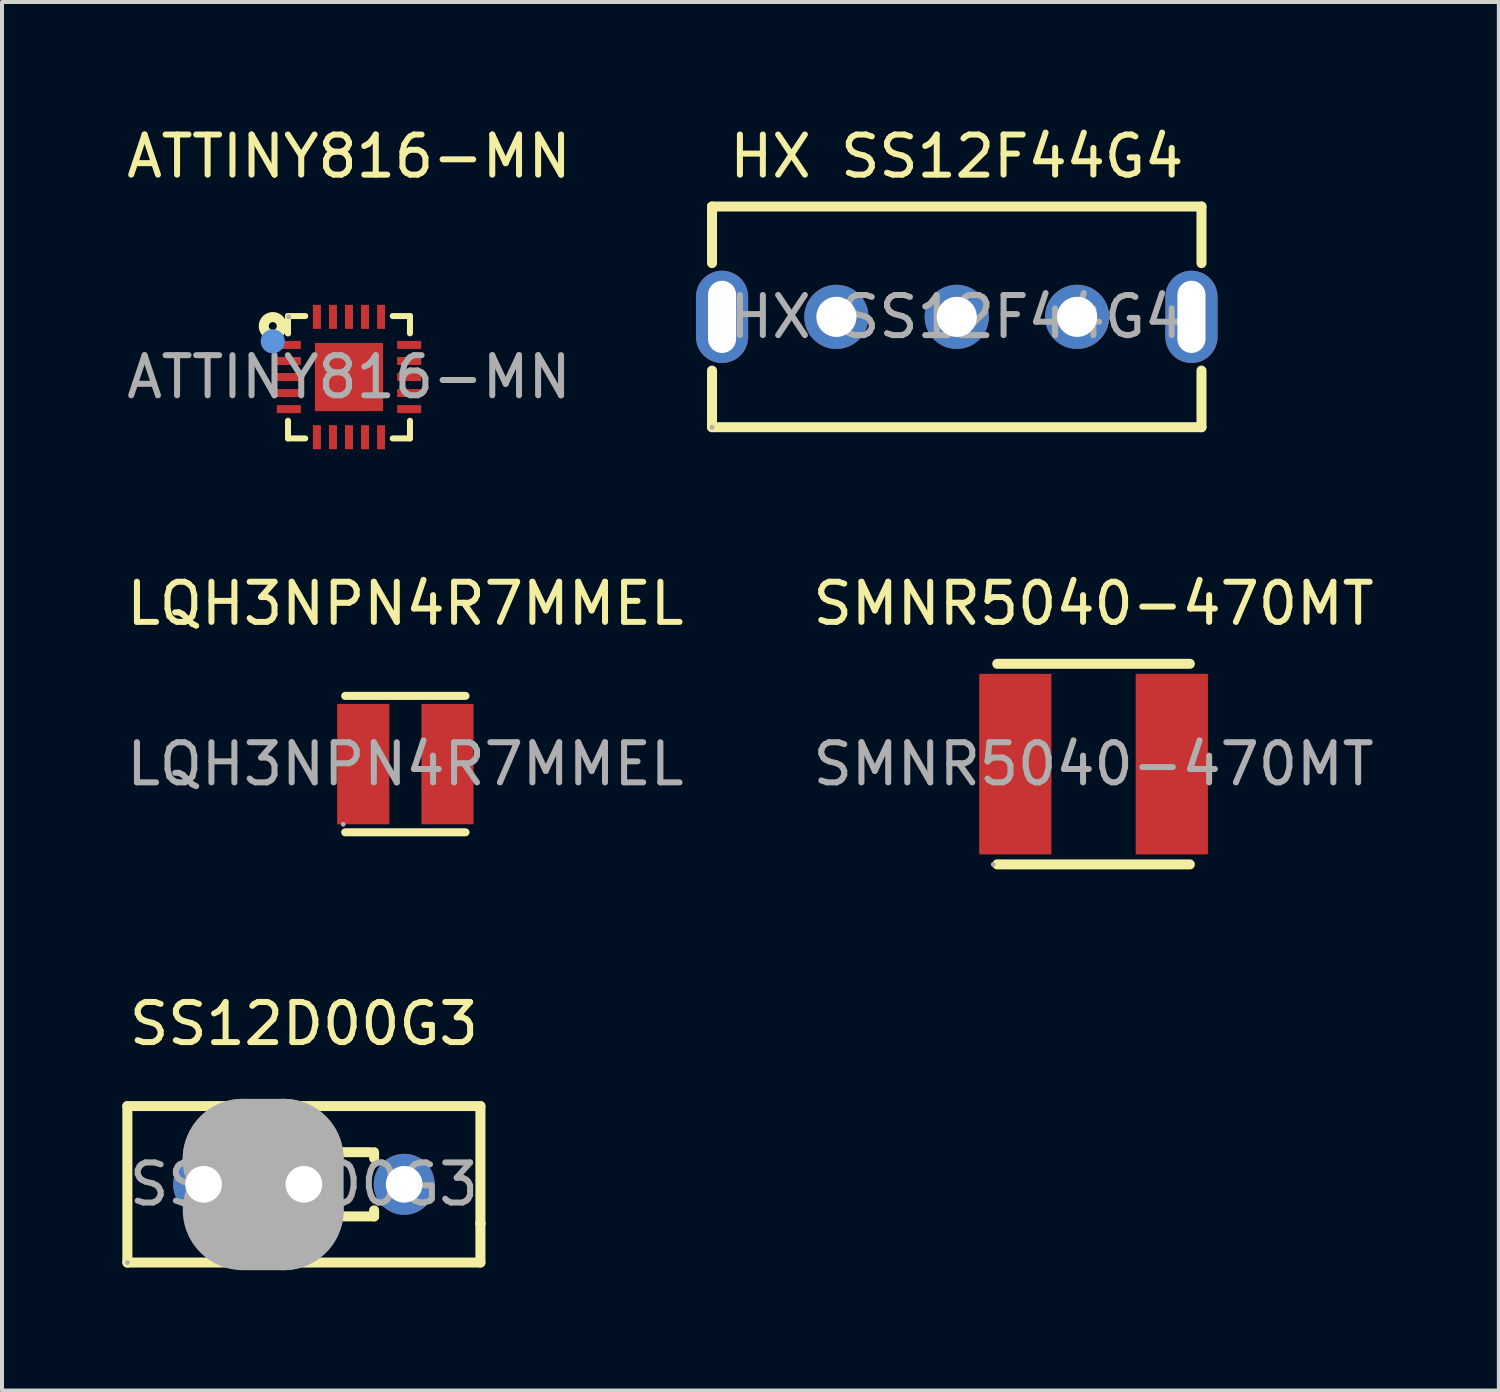
<source format=kicad_pcb>
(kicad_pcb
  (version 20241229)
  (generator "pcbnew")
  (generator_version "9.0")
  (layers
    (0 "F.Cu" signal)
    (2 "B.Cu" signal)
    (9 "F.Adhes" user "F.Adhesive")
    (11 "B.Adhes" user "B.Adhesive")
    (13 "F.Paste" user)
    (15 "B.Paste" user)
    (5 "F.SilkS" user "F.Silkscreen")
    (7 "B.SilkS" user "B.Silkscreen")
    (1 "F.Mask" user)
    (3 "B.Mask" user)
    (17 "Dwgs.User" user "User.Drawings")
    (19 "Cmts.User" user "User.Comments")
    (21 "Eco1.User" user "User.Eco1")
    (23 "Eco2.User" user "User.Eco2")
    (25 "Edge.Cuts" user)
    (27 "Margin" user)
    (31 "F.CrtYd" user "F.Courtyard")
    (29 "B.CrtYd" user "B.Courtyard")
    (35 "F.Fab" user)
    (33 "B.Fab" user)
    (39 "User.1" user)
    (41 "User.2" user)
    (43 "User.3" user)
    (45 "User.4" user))
  (footprint "ATTINY816-MN"
    (layer "F.Cu")
    (at 5.649 6.348)
    (property "Reference" "ATTINY816-MN" (at 0 -5.5 0) (layer "F.SilkS") (effects (font (size 1 1) (thickness 0.15))))
    (attr smd)
    (fp_line (start -1.52 -1.52) (end -1.09 -1.52) (stroke (width 0.15) (type solid)) (layer "F.SilkS"))
    (fp_line (start -1.52 -1.09) (end -1.52 -1.52) (stroke (width 0.15) (type solid)) (layer "F.SilkS"))
    (fp_line (start -1.52 -1.09) (end -1.52 -1.14) (stroke (width 0.15) (type solid)) (layer "F.SilkS"))
    (fp_line (start -1.52 1.53) (end -1.52 1.09) (stroke (width 0.15) (type solid)) (layer "F.SilkS"))
    (fp_line (start -1.09 1.53) (end -1.52 1.53) (stroke (width 0.15) (type solid)) (layer "F.SilkS"))
    (fp_line (start 1.09 -1.52) (end 1.52 -1.52) (stroke (width 0.15) (type solid)) (layer "F.SilkS"))
    (fp_line (start 1.52 -1.52) (end 1.52 -1.09) (stroke (width 0.15) (type solid)) (layer "F.SilkS"))
    (fp_line (start 1.52 1.09) (end 1.52 1.53) (stroke (width 0.15) (type solid)) (layer "F.SilkS"))
    (fp_line (start 1.52 1.53) (end 1.09 1.53) (stroke (width 0.15) (type solid)) (layer "F.SilkS"))
    (fp_circle (center -1.9 -1.27) (end -1.8 -1.27) (stroke (width 0.25) (type solid)) (fill no) (layer "F.SilkS"))
    (fp_circle (center -1.9 -0.89) (end -1.75 -0.89) (stroke (width 0.3) (type solid)) (fill no) (layer "Cmts.User"))
    (fp_circle (center -1.5 -1.5) (end -1.47 -1.5) (stroke (width 0.06) (type solid)) (fill no) (layer "F.Fab"))
    (fp_text user "${REFERENCE}" (at 0 0 0) (layer "F.Fab") (effects (font (size 1 1) (thickness 0.15))))
    (pad "1" smd rect (at -1.5 -0.8) (size 0.6 0.2) (layers "F.Cu" "F.Mask" "F.Paste"))
    (pad "2" smd rect (at -1.5 -0.4) (size 0.6 0.2) (layers "F.Cu" "F.Mask" "F.Paste"))
    (pad "3" smd rect (at -1.5 0) (size 0.6 0.2) (layers "F.Cu" "F.Mask" "F.Paste"))
    (pad "4" smd rect (at -1.5 0.4) (size 0.6 0.2) (layers "F.Cu" "F.Mask" "F.Paste"))
    (pad "5" smd rect (at -1.5 0.8) (size 0.6 0.2) (layers "F.Cu" "F.Mask" "F.Paste"))
    (pad "6" smd rect (at -0.8 1.5) (size 0.2 0.6) (layers "F.Cu" "F.Mask" "F.Paste"))
    (pad "7" smd rect (at -0.4 1.5) (size 0.2 0.6) (layers "F.Cu" "F.Mask" "F.Paste"))
    (pad "8" smd rect (at 0 1.5) (size 0.2 0.6) (layers "F.Cu" "F.Mask" "F.Paste"))
    (pad "9" smd rect (at 0.4 1.5) (size 0.2 0.6) (layers "F.Cu" "F.Mask" "F.Paste"))
    (pad "10" smd rect (at 0.8 1.5) (size 0.2 0.6) (layers "F.Cu" "F.Mask" "F.Paste"))
    (pad "11" smd rect (at 1.5 0.8) (size 0.6 0.2) (layers "F.Cu" "F.Mask" "F.Paste"))
    (pad "12" smd rect (at 1.5 0.4) (size 0.6 0.2) (layers "F.Cu" "F.Mask" "F.Paste"))
    (pad "13" smd rect (at 1.5 0) (size 0.6 0.2) (layers "F.Cu" "F.Mask" "F.Paste"))
    (pad "14" smd rect (at 1.5 -0.4) (size 0.6 0.2) (layers "F.Cu" "F.Mask" "F.Paste"))
    (pad "15" smd rect (at 1.5 -0.8) (size 0.6 0.2) (layers "F.Cu" "F.Mask" "F.Paste"))
    (pad "16" smd rect (at 0.8 -1.5) (size 0.2 0.6) (layers "F.Cu" "F.Mask" "F.Paste"))
    (pad "17" smd rect (at 0.4 -1.5) (size 0.2 0.6) (layers "F.Cu" "F.Mask" "F.Paste"))
    (pad "18" smd rect (at 0 -1.5) (size 0.2 0.6) (layers "F.Cu" "F.Mask" "F.Paste"))
    (pad "19" smd rect (at -0.4 -1.5) (size 0.2 0.6) (layers "F.Cu" "F.Mask" "F.Paste"))
    (pad "20" smd rect (at -0.8 -1.5) (size 0.2 0.6) (layers "F.Cu" "F.Mask" "F.Paste"))
    (pad "21" smd rect (at 0 0 180) (size 1.7 1.7) (layers "F.Cu" "F.Mask" "F.Paste")))
  (footprint "HX SS12F44G4"
    (layer "F.Cu")
    (at 20.798 4.848)
    (property "Reference" "HX SS12F44G4" (at 0 -4 0) (layer "F.SilkS") (effects (font (size 1 1) (thickness 0.15))))
    (attr through_hole)
    (fp_line (start -6.1 -2.75) (end 6.1 -2.75) (stroke (width 0.25) (type solid)) (layer "F.SilkS"))
    (fp_line (start -6.1 -1.34) (end -6.1 -2.75) (stroke (width 0.25) (type solid)) (layer "F.SilkS"))
    (fp_line (start -6.1 2.75) (end -6.1 1.34) (stroke (width 0.25) (type solid)) (layer "F.SilkS"))
    (fp_line (start 6.1 -2.75) (end 6.1 -1.34) (stroke (width 0.25) (type solid)) (layer "F.SilkS"))
    (fp_line (start 6.1 1.34) (end 6.1 2.75) (stroke (width 0.25) (type solid)) (layer "F.SilkS"))
    (fp_line (start 6.1 2.75) (end -6.1 2.75) (stroke (width 0.25) (type solid)) (layer "F.SilkS"))
    (fp_circle (center -6.1 2.75) (end -6.07 2.75) (stroke (width 0.06) (type solid)) (fill no) (layer "F.Fab"))
    (fp_text user "${REFERENCE}" (at 0 0 0) (layer "F.Fab") (effects (font (size 1 1) (thickness 0.15))))
    (pad "1" thru_hole circle (at -3 0) (size 1.6 1.6) (drill 1) (layers "*.Cu" "*.Mask"))
    (pad "2" thru_hole circle (at 0 0) (size 1.6 1.6) (drill 1) (layers "*.Cu" "*.Mask"))
    (pad "3" thru_hole circle (at 3 0) (size 1.6 1.6) (drill 1) (layers "*.Cu" "*.Mask"))
    (pad "4" thru_hole oval (at 5.85 0 180) (size 1.3 2.3) (drill oval 0.7 1.8) (layers "*.Cu" "*.Mask"))
    (pad "5" thru_hole oval (at -5.85 0 180) (size 1.3 2.3) (drill oval 0.7 1.8) (layers "*.Cu" "*.Mask")))
  (footprint "SMNR5040-470MT"
    (layer "F.Cu")
    (at 24.208 15.996)
    (property "Reference" "SMNR5040-470MT" (at 0 -4 0) (layer "F.SilkS") (effects (font (size 1 1) (thickness 0.15))))
    (attr smd)
    (fp_line (start -2.4 -2.5) (end 2.4 -2.5) (stroke (width 0.25) (type solid)) (layer "F.SilkS"))
    (fp_line (start -2.4 2.5) (end 2.4 2.5) (stroke (width 0.25) (type solid)) (layer "F.SilkS"))
    (fp_circle (center -2.5 2.5) (end -2.47 2.5) (stroke (width 0.06) (type solid)) (fill no) (layer "F.Fab"))
    (fp_text user "${REFERENCE}" (at 0 0 0) (layer "F.Fab") (effects (font (size 1 1) (thickness 0.15))))
    (pad "1" smd rect (at -1.95 0) (size 1.8 4.5) (layers "F.Cu" "F.Mask" "F.Paste"))
    (pad "2" smd rect (at 1.95 0) (size 1.8 4.5) (layers "F.Cu" "F.Mask" "F.Paste")))
  (footprint "LQH3NPN4R7MMEL"
    (layer "F.Cu")
    (at 7.054 15.996)
    (property "Reference" "LQH3NPN4R7MMEL" (at 0 -4 0) (layer "F.SilkS") (effects (font (size 1 1) (thickness 0.15))))
    (attr smd)
    (fp_line (start -1.5 -1.7) (end 1.5 -1.7) (stroke (width 0.2) (type solid)) (layer "F.SilkS"))
    (fp_line (start -1.5 1.7) (end 1.5 1.7) (stroke (width 0.2) (type solid)) (layer "F.SilkS"))
    (fp_circle (center -1.55 1.5) (end -1.52 1.5) (stroke (width 0.06) (type solid)) (fill no) (layer "F.Fab"))
    (fp_text user "${REFERENCE}" (at 0 0 0) (layer "F.Fab") (effects (font (size 1 1) (thickness 0.15))))
    (pad "1" smd rect (at -1.05 0) (size 1.3 3) (layers "F.Cu" "F.Mask" "F.Paste"))
    (pad "2" smd rect (at 1.05 0) (size 1.3 3) (layers "F.Cu" "F.Mask" "F.Paste")))
  (footprint "SS12D00G3"
    (layer "F.Cu")
    (at 4.525 26.47)
    (property "Reference" "SS12D00G3" (at 0 -4 0) (layer "F.SilkS") (effects (font (size 1 1) (thickness 0.15))))
    (attr through_hole)
    (fp_line (start -4.4 -1.95) (end -4.4 1.95) (stroke (width 0.25) (type solid)) (layer "F.SilkS"))
    (fp_line (start -4.4 -1.95) (end 4.4 -1.95) (stroke (width 0.25) (type solid)) (layer "F.SilkS"))
    (fp_line (start -4.4 1.95) (end 4.4 1.95) (stroke (width 0.25) (type solid)) (layer "F.SilkS"))
    (fp_line (start -1.75 -0.8) (end -1.75 -0.65) (stroke (width 0.25) (type solid)) (layer "F.SilkS"))
    (fp_line (start -1.75 -0.8) (end -0.59 -0.8) (stroke (width 0.25) (type solid)) (layer "F.SilkS"))
    (fp_line (start -1.75 0.8) (end -1.75 0.65) (stroke (width 0.25) (type solid)) (layer "F.SilkS"))
    (fp_line (start -1.75 0.8) (end -0.59 0.8) (stroke (width 0.25) (type solid)) (layer "F.SilkS"))
    (fp_line (start 0.59 -0.8) (end 1.65 -0.8) (stroke (width 0.25) (type solid)) (layer "F.SilkS"))
    (fp_line (start 0.59 0.8) (end 1.75 0.8) (stroke (width 0.25) (type solid)) (layer "F.SilkS"))
    (fp_line (start 1.75 -0.8) (end 1.75 -0.65) (stroke (width 0.25) (type solid)) (layer "F.SilkS"))
    (fp_line (start 1.75 0.65) (end 1.75 0.8) (stroke (width 0.25) (type solid)) (layer "F.SilkS"))
    (fp_line (start 4.4 -1.95) (end 4.4 0.98) (stroke (width 0.25) (type solid)) (layer "F.SilkS"))
    (fp_line (start 4.4 0.98) (end 4.4 0.98) (stroke (width 0.25) (type solid)) (layer "F.SilkS"))
    (fp_line (start 4.4 0.98) (end 4.4 1.95) (stroke (width 0.25) (type solid)) (layer "F.SilkS"))
    (fp_line (start -1.52 -0.63) (end -1.52 -0.63) (stroke (width 3) (type solid)) (layer "F.Fab"))
    (fp_line (start -1.52 -0.63) (end -0.51 -0.63) (stroke (width 3) (type solid)) (layer "F.Fab"))
    (fp_line (start -0.51 -0.63) (end -0.51 0.64) (stroke (width 3) (type solid)) (layer "F.Fab"))
    (fp_line (start -0.51 0.64) (end -1.52 0.64) (stroke (width 3) (type solid)) (layer "F.Fab"))
    (fp_circle (center -4.4 1.95) (end -4.37 1.95) (stroke (width 0.06) (type solid)) (fill no) (layer "F.Fab"))
    (fp_text user "${REFERENCE}" (at 0 0 0) (layer "F.Fab") (effects (font (size 1 1) (thickness 0.15))))
    (pad "1" thru_hole circle (at -2.5 0) (size 1.52 1.52) (drill 0.914) (layers "*.Cu" "*.Mask"))
    (pad "2" thru_hole circle (at 0 0) (size 1.52 1.52) (drill 0.914) (layers "*.Cu" "*.Mask"))
    (pad "3" thru_hole circle (at 2.5 0) (size 1.52 1.52) (drill 0.914) (layers "*.Cu" "*.Mask")))
  (gr_rect
    (start -3 -3)
    (end 34.31 31.61)
    (stroke (width 0.1) (type default))
    (fill no)
    (layer "Edge.Cuts")))
</source>
